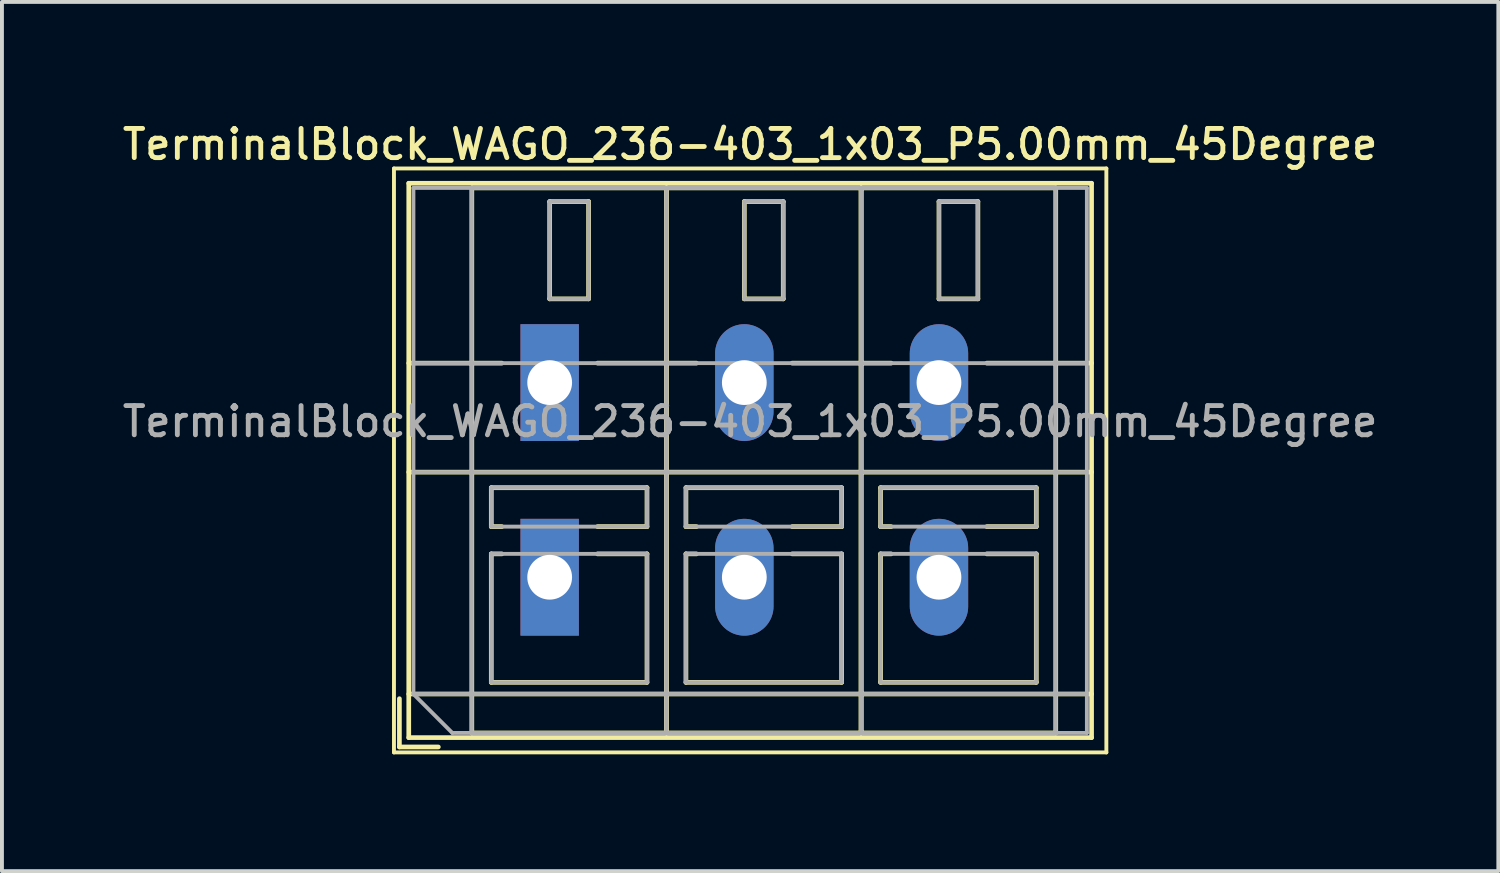
<source format=kicad_pcb>
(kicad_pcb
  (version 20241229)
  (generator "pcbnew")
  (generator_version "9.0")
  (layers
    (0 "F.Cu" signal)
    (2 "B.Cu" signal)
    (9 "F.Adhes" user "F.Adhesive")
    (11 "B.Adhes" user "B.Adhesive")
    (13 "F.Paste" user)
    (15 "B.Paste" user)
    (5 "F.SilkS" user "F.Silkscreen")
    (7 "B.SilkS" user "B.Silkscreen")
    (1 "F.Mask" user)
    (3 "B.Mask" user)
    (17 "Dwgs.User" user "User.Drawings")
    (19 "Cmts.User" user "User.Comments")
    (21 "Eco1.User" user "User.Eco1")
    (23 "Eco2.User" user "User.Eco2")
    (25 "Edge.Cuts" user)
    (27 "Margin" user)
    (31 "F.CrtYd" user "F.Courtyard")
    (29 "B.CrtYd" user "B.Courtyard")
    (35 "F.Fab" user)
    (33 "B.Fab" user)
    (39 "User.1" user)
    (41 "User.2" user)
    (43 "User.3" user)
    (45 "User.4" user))
  (footprint "TerminalBlock_WAGO_236-403_1x03_P5.00mm_45Degree"
    (layer "F.Cu")
    (at 11.07 6.778)
    (property "Reference" "TerminalBlock_WAGO_236-403_1x03_P5.00mm_45Degree" (at 5.15 -6.12 0) (layer "F.SilkS") (effects (font (size 0.75 0.75) (thickness 0.125))))
    (attr through_hole)
    (fp_line (start -4 -5.5) (end -4 9.5) (stroke (width 0.1) (type solid)) (layer "F.SilkS"))
    (fp_line (start -4 9.5) (end 14.3 9.5) (stroke (width 0.1) (type solid)) (layer "F.SilkS"))
    (fp_line (start -3.86 8.12) (end -3.86 9.36) (stroke (width 0.12) (type solid)) (layer "F.SilkS"))
    (fp_line (start -3.86 9.36) (end -2.86 9.36) (stroke (width 0.12) (type solid)) (layer "F.SilkS"))
    (fp_line (start -3.62 -5.12) (end -3.62 9.12) (stroke (width 0.12) (type solid)) (layer "F.SilkS"))
    (fp_line (start -3.62 -5.12) (end 13.92 -5.12) (stroke (width 0.12) (type solid)) (layer "F.SilkS"))
    (fp_line (start -3.62 -0.5) (end -1.23 -0.5) (stroke (width 0.12) (type solid)) (layer "F.SilkS"))
    (fp_line (start -3.62 2.3) (end 13.92 2.3) (stroke (width 0.12) (type solid)) (layer "F.SilkS"))
    (fp_line (start -3.62 8) (end 13.92 8) (stroke (width 0.12) (type solid)) (layer "F.SilkS"))
    (fp_line (start -3.62 9.12) (end 13.92 9.12) (stroke (width 0.12) (type solid)) (layer "F.SilkS"))
    (fp_line (start -2 -5) (end -2 9) (stroke (width 0.12) (type solid)) (layer "F.SilkS"))
    (fp_line (start -2 -5) (end 3 -5) (stroke (width 0.12) (type solid)) (layer "F.SilkS"))
    (fp_line (start -2 9) (end 3 9) (stroke (width 0.12) (type solid)) (layer "F.SilkS"))
    (fp_line (start -1.5 2.7) (end -1.5 3.7) (stroke (width 0.12) (type solid)) (layer "F.SilkS"))
    (fp_line (start -1.5 2.7) (end 2.5 2.7) (stroke (width 0.12) (type solid)) (layer "F.SilkS"))
    (fp_line (start -1.5 3.7) (end -1.23 3.7) (stroke (width 0.12) (type solid)) (layer "F.SilkS"))
    (fp_line (start -1.5 4.4) (end -1.5 7.7) (stroke (width 0.12) (type solid)) (layer "F.SilkS"))
    (fp_line (start -1.5 4.4) (end -1.23 4.4) (stroke (width 0.12) (type solid)) (layer "F.SilkS"))
    (fp_line (start -1.5 7.7) (end 2.5 7.7) (stroke (width 0.12) (type solid)) (layer "F.SilkS"))
    (fp_line (start 0 -4.65) (end 0 -2.151) (stroke (width 0.12) (type solid)) (layer "F.SilkS"))
    (fp_line (start 0 -4.65) (end 1 -4.65) (stroke (width 0.12) (type solid)) (layer "F.SilkS"))
    (fp_line (start 0 -2.151) (end 1 -2.151) (stroke (width 0.12) (type solid)) (layer "F.SilkS"))
    (fp_line (start 1 -4.65) (end 1 -2.151) (stroke (width 0.12) (type solid)) (layer "F.SilkS"))
    (fp_line (start 1.23 -0.5) (end 3.77 -0.5) (stroke (width 0.12) (type solid)) (layer "F.SilkS"))
    (fp_line (start 1.23 3.7) (end 2.5 3.7) (stroke (width 0.12) (type solid)) (layer "F.SilkS"))
    (fp_line (start 1.23 4.4) (end 2.5 4.4) (stroke (width 0.12) (type solid)) (layer "F.SilkS"))
    (fp_line (start 2.5 2.7) (end 2.5 3.7) (stroke (width 0.12) (type solid)) (layer "F.SilkS"))
    (fp_line (start 2.5 4.4) (end 2.5 7.7) (stroke (width 0.12) (type solid)) (layer "F.SilkS"))
    (fp_line (start 3 -5) (end 3 9) (stroke (width 0.12) (type solid)) (layer "F.SilkS"))
    (fp_line (start 3 -5) (end 3 9) (stroke (width 0.12) (type solid)) (layer "F.SilkS"))
    (fp_line (start 3 -5) (end 8 -5) (stroke (width 0.12) (type solid)) (layer "F.SilkS"))
    (fp_line (start 3 9) (end 8 9) (stroke (width 0.12) (type solid)) (layer "F.SilkS"))
    (fp_line (start 3.5 2.7) (end 3.5 3.7) (stroke (width 0.12) (type solid)) (layer "F.SilkS"))
    (fp_line (start 3.5 2.7) (end 7.5 2.7) (stroke (width 0.12) (type solid)) (layer "F.SilkS"))
    (fp_line (start 3.5 3.7) (end 3.77 3.7) (stroke (width 0.12) (type solid)) (layer "F.SilkS"))
    (fp_line (start 3.5 4.4) (end 3.5 7.7) (stroke (width 0.12) (type solid)) (layer "F.SilkS"))
    (fp_line (start 3.5 4.4) (end 3.77 4.4) (stroke (width 0.12) (type solid)) (layer "F.SilkS"))
    (fp_line (start 3.5 7.7) (end 7.5 7.7) (stroke (width 0.12) (type solid)) (layer "F.SilkS"))
    (fp_line (start 5 -4.65) (end 5 -2.151) (stroke (width 0.12) (type solid)) (layer "F.SilkS"))
    (fp_line (start 5 -4.65) (end 6 -4.65) (stroke (width 0.12) (type solid)) (layer "F.SilkS"))
    (fp_line (start 5 -2.151) (end 6 -2.151) (stroke (width 0.12) (type solid)) (layer "F.SilkS"))
    (fp_line (start 6 -4.65) (end 6 -2.151) (stroke (width 0.12) (type solid)) (layer "F.SilkS"))
    (fp_line (start 6.23 -0.5) (end 8.77 -0.5) (stroke (width 0.12) (type solid)) (layer "F.SilkS"))
    (fp_line (start 6.23 3.7) (end 7.5 3.7) (stroke (width 0.12) (type solid)) (layer "F.SilkS"))
    (fp_line (start 6.23 4.4) (end 7.5 4.4) (stroke (width 0.12) (type solid)) (layer "F.SilkS"))
    (fp_line (start 7.5 2.7) (end 7.5 3.7) (stroke (width 0.12) (type solid)) (layer "F.SilkS"))
    (fp_line (start 7.5 4.4) (end 7.5 7.7) (stroke (width 0.12) (type solid)) (layer "F.SilkS"))
    (fp_line (start 8 -5) (end 8 9) (stroke (width 0.12) (type solid)) (layer "F.SilkS"))
    (fp_line (start 8 -5) (end 8 9) (stroke (width 0.12) (type solid)) (layer "F.SilkS"))
    (fp_line (start 8 -5) (end 13 -5) (stroke (width 0.12) (type solid)) (layer "F.SilkS"))
    (fp_line (start 8 9) (end 13 9) (stroke (width 0.12) (type solid)) (layer "F.SilkS"))
    (fp_line (start 8.5 2.7) (end 8.5 3.7) (stroke (width 0.12) (type solid)) (layer "F.SilkS"))
    (fp_line (start 8.5 2.7) (end 12.5 2.7) (stroke (width 0.12) (type solid)) (layer "F.SilkS"))
    (fp_line (start 8.5 3.7) (end 8.77 3.7) (stroke (width 0.12) (type solid)) (layer "F.SilkS"))
    (fp_line (start 8.5 4.4) (end 8.5 7.7) (stroke (width 0.12) (type solid)) (layer "F.SilkS"))
    (fp_line (start 8.5 4.4) (end 8.77 4.4) (stroke (width 0.12) (type solid)) (layer "F.SilkS"))
    (fp_line (start 8.5 7.7) (end 12.5 7.7) (stroke (width 0.12) (type solid)) (layer "F.SilkS"))
    (fp_line (start 10 -4.65) (end 10 -2.151) (stroke (width 0.12) (type solid)) (layer "F.SilkS"))
    (fp_line (start 10 -4.65) (end 11 -4.65) (stroke (width 0.12) (type solid)) (layer "F.SilkS"))
    (fp_line (start 10 -2.151) (end 11 -2.151) (stroke (width 0.12) (type solid)) (layer "F.SilkS"))
    (fp_line (start 11 -4.65) (end 11 -2.151) (stroke (width 0.12) (type solid)) (layer "F.SilkS"))
    (fp_line (start 11.23 -0.5) (end 13.92 -0.5) (stroke (width 0.12) (type solid)) (layer "F.SilkS"))
    (fp_line (start 11.23 3.7) (end 12.5 3.7) (stroke (width 0.12) (type solid)) (layer "F.SilkS"))
    (fp_line (start 11.23 4.4) (end 12.5 4.4) (stroke (width 0.12) (type solid)) (layer "F.SilkS"))
    (fp_line (start 12.5 2.7) (end 12.5 3.7) (stroke (width 0.12) (type solid)) (layer "F.SilkS"))
    (fp_line (start 12.5 4.4) (end 12.5 7.7) (stroke (width 0.12) (type solid)) (layer "F.SilkS"))
    (fp_line (start 13 -5) (end 13 9) (stroke (width 0.12) (type solid)) (layer "F.SilkS"))
    (fp_line (start 13.92 -5.12) (end 13.92 9.12) (stroke (width 0.12) (type solid)) (layer "F.SilkS"))
    (fp_line (start 14.3 -5.5) (end -4 -5.5) (stroke (width 0.1) (type solid)) (layer "F.SilkS"))
    (fp_line (start 14.3 9.5) (end 14.3 -5.5) (stroke (width 0.1) (type solid)) (layer "F.SilkS"))
    (fp_line (start -3.5 -5) (end 13.8 -5) (stroke (width 0.1) (type solid)) (layer "F.Fab"))
    (fp_line (start -3.5 -0.5) (end 13.8 -0.5) (stroke (width 0.1) (type solid)) (layer "F.Fab"))
    (fp_line (start -3.5 2.3) (end 13.8 2.3) (stroke (width 0.1) (type solid)) (layer "F.Fab"))
    (fp_line (start -3.5 8) (end -3.5 -5) (stroke (width 0.1) (type solid)) (layer "F.Fab"))
    (fp_line (start -3.5 8) (end 13.8 8) (stroke (width 0.1) (type solid)) (layer "F.Fab"))
    (fp_line (start -2.5 9) (end -3.5 8) (stroke (width 0.1) (type solid)) (layer "F.Fab"))
    (fp_line (start -2 -5) (end -2 9) (stroke (width 0.1) (type solid)) (layer "F.Fab"))
    (fp_line (start -2 9) (end 3 9) (stroke (width 0.1) (type solid)) (layer "F.Fab"))
    (fp_line (start -1.5 2.7) (end -1.5 3.7) (stroke (width 0.1) (type solid)) (layer "F.Fab"))
    (fp_line (start -1.5 3.7) (end 2.5 3.7) (stroke (width 0.1) (type solid)) (layer "F.Fab"))
    (fp_line (start -1.5 4.4) (end -1.5 7.7) (stroke (width 0.1) (type solid)) (layer "F.Fab"))
    (fp_line (start -1.5 7.7) (end 2.5 7.7) (stroke (width 0.1) (type solid)) (layer "F.Fab"))
    (fp_line (start 0 -4.65) (end 0 -2.15) (stroke (width 0.1) (type solid)) (layer "F.Fab"))
    (fp_line (start 0 -2.15) (end 1 -2.15) (stroke (width 0.1) (type solid)) (layer "F.Fab"))
    (fp_line (start 1 -4.65) (end 0 -4.65) (stroke (width 0.1) (type solid)) (layer "F.Fab"))
    (fp_line (start 1 -2.15) (end 1 -4.65) (stroke (width 0.1) (type solid)) (layer "F.Fab"))
    (fp_line (start 2.5 2.7) (end -1.5 2.7) (stroke (width 0.1) (type solid)) (layer "F.Fab"))
    (fp_line (start 2.5 3.7) (end 2.5 2.7) (stroke (width 0.1) (type solid)) (layer "F.Fab"))
    (fp_line (start 2.5 4.4) (end -1.5 4.4) (stroke (width 0.1) (type solid)) (layer "F.Fab"))
    (fp_line (start 2.5 7.7) (end 2.5 4.4) (stroke (width 0.1) (type solid)) (layer "F.Fab"))
    (fp_line (start 3 -5) (end -2 -5) (stroke (width 0.1) (type solid)) (layer "F.Fab"))
    (fp_line (start 3 -5) (end 3 9) (stroke (width 0.1) (type solid)) (layer "F.Fab"))
    (fp_line (start 3 9) (end 3 -5) (stroke (width 0.1) (type solid)) (layer "F.Fab"))
    (fp_line (start 3 9) (end 8 9) (stroke (width 0.1) (type solid)) (layer "F.Fab"))
    (fp_line (start 3.5 2.7) (end 3.5 3.7) (stroke (width 0.1) (type solid)) (layer "F.Fab"))
    (fp_line (start 3.5 3.7) (end 7.5 3.7) (stroke (width 0.1) (type solid)) (layer "F.Fab"))
    (fp_line (start 3.5 4.4) (end 3.5 7.7) (stroke (width 0.1) (type solid)) (layer "F.Fab"))
    (fp_line (start 3.5 7.7) (end 7.5 7.7) (stroke (width 0.1) (type solid)) (layer "F.Fab"))
    (fp_line (start 5 -4.65) (end 5 -2.15) (stroke (width 0.1) (type solid)) (layer "F.Fab"))
    (fp_line (start 5 -2.15) (end 6 -2.15) (stroke (width 0.1) (type solid)) (layer "F.Fab"))
    (fp_line (start 6 -4.65) (end 5 -4.65) (stroke (width 0.1) (type solid)) (layer "F.Fab"))
    (fp_line (start 6 -2.15) (end 6 -4.65) (stroke (width 0.1) (type solid)) (layer "F.Fab"))
    (fp_line (start 7.5 2.7) (end 3.5 2.7) (stroke (width 0.1) (type solid)) (layer "F.Fab"))
    (fp_line (start 7.5 3.7) (end 7.5 2.7) (stroke (width 0.1) (type solid)) (layer "F.Fab"))
    (fp_line (start 7.5 4.4) (end 3.5 4.4) (stroke (width 0.1) (type solid)) (layer "F.Fab"))
    (fp_line (start 7.5 7.7) (end 7.5 4.4) (stroke (width 0.1) (type solid)) (layer "F.Fab"))
    (fp_line (start 8 -5) (end 3 -5) (stroke (width 0.1) (type solid)) (layer "F.Fab"))
    (fp_line (start 8 -5) (end 8 9) (stroke (width 0.1) (type solid)) (layer "F.Fab"))
    (fp_line (start 8 9) (end 8 -5) (stroke (width 0.1) (type solid)) (layer "F.Fab"))
    (fp_line (start 8 9) (end 13 9) (stroke (width 0.1) (type solid)) (layer "F.Fab"))
    (fp_line (start 8.5 2.7) (end 8.5 3.7) (stroke (width 0.1) (type solid)) (layer "F.Fab"))
    (fp_line (start 8.5 3.7) (end 12.5 3.7) (stroke (width 0.1) (type solid)) (layer "F.Fab"))
    (fp_line (start 8.5 4.4) (end 8.5 7.7) (stroke (width 0.1) (type solid)) (layer "F.Fab"))
    (fp_line (start 8.5 7.7) (end 12.5 7.7) (stroke (width 0.1) (type solid)) (layer "F.Fab"))
    (fp_line (start 10 -4.65) (end 10 -2.15) (stroke (width 0.1) (type solid)) (layer "F.Fab"))
    (fp_line (start 10 -2.15) (end 11 -2.15) (stroke (width 0.1) (type solid)) (layer "F.Fab"))
    (fp_line (start 11 -4.65) (end 10 -4.65) (stroke (width 0.1) (type solid)) (layer "F.Fab"))
    (fp_line (start 11 -2.15) (end 11 -4.65) (stroke (width 0.1) (type solid)) (layer "F.Fab"))
    (fp_line (start 12.5 2.7) (end 8.5 2.7) (stroke (width 0.1) (type solid)) (layer "F.Fab"))
    (fp_line (start 12.5 3.7) (end 12.5 2.7) (stroke (width 0.1) (type solid)) (layer "F.Fab"))
    (fp_line (start 12.5 4.4) (end 8.5 4.4) (stroke (width 0.1) (type solid)) (layer "F.Fab"))
    (fp_line (start 12.5 7.7) (end 12.5 4.4) (stroke (width 0.1) (type solid)) (layer "F.Fab"))
    (fp_line (start 13 -5) (end 8 -5) (stroke (width 0.1) (type solid)) (layer "F.Fab"))
    (fp_line (start 13 9) (end 13 -5) (stroke (width 0.1) (type solid)) (layer "F.Fab"))
    (fp_line (start 13.8 -5) (end 13.8 9) (stroke (width 0.1) (type solid)) (layer "F.Fab"))
    (fp_line (start 13.8 9) (end -2.5 9) (stroke (width 0.1) (type solid)) (layer "F.Fab"))
    (fp_text user "${REFERENCE}" (at 5.15 1 0) (layer "F.Fab") (effects (font (size 0.75 0.75) (thickness 0.125))))
    (pad "1" thru_hole rect (at 0 0) (size 1.5 3) (drill 1.15) (layers "*.Cu" "*.Mask"))
    (pad "1" thru_hole rect (at 0 5) (size 1.5 3) (drill 1.15) (layers "*.Cu" "*.Mask"))
    (pad "2" thru_hole oval (at 5 0) (size 1.5 3) (drill 1.15) (layers "*.Cu" "*.Mask"))
    (pad "2" thru_hole oval (at 5 5) (size 1.5 3) (drill 1.15) (layers "*.Cu" "*.Mask"))
    (pad "3" thru_hole oval (at 10 0) (size 1.5 3) (drill 1.15) (layers "*.Cu" "*.Mask"))
    (pad "3" thru_hole oval (at 10 5) (size 1.5 3) (drill 1.15) (layers "*.Cu" "*.Mask")))
  (gr_rect
    (start -3 -3)
    (end 35.439 19.328)
    (stroke (width 0.1) (type default))
    (fill no)
    (layer "Edge.Cuts")))
</source>
